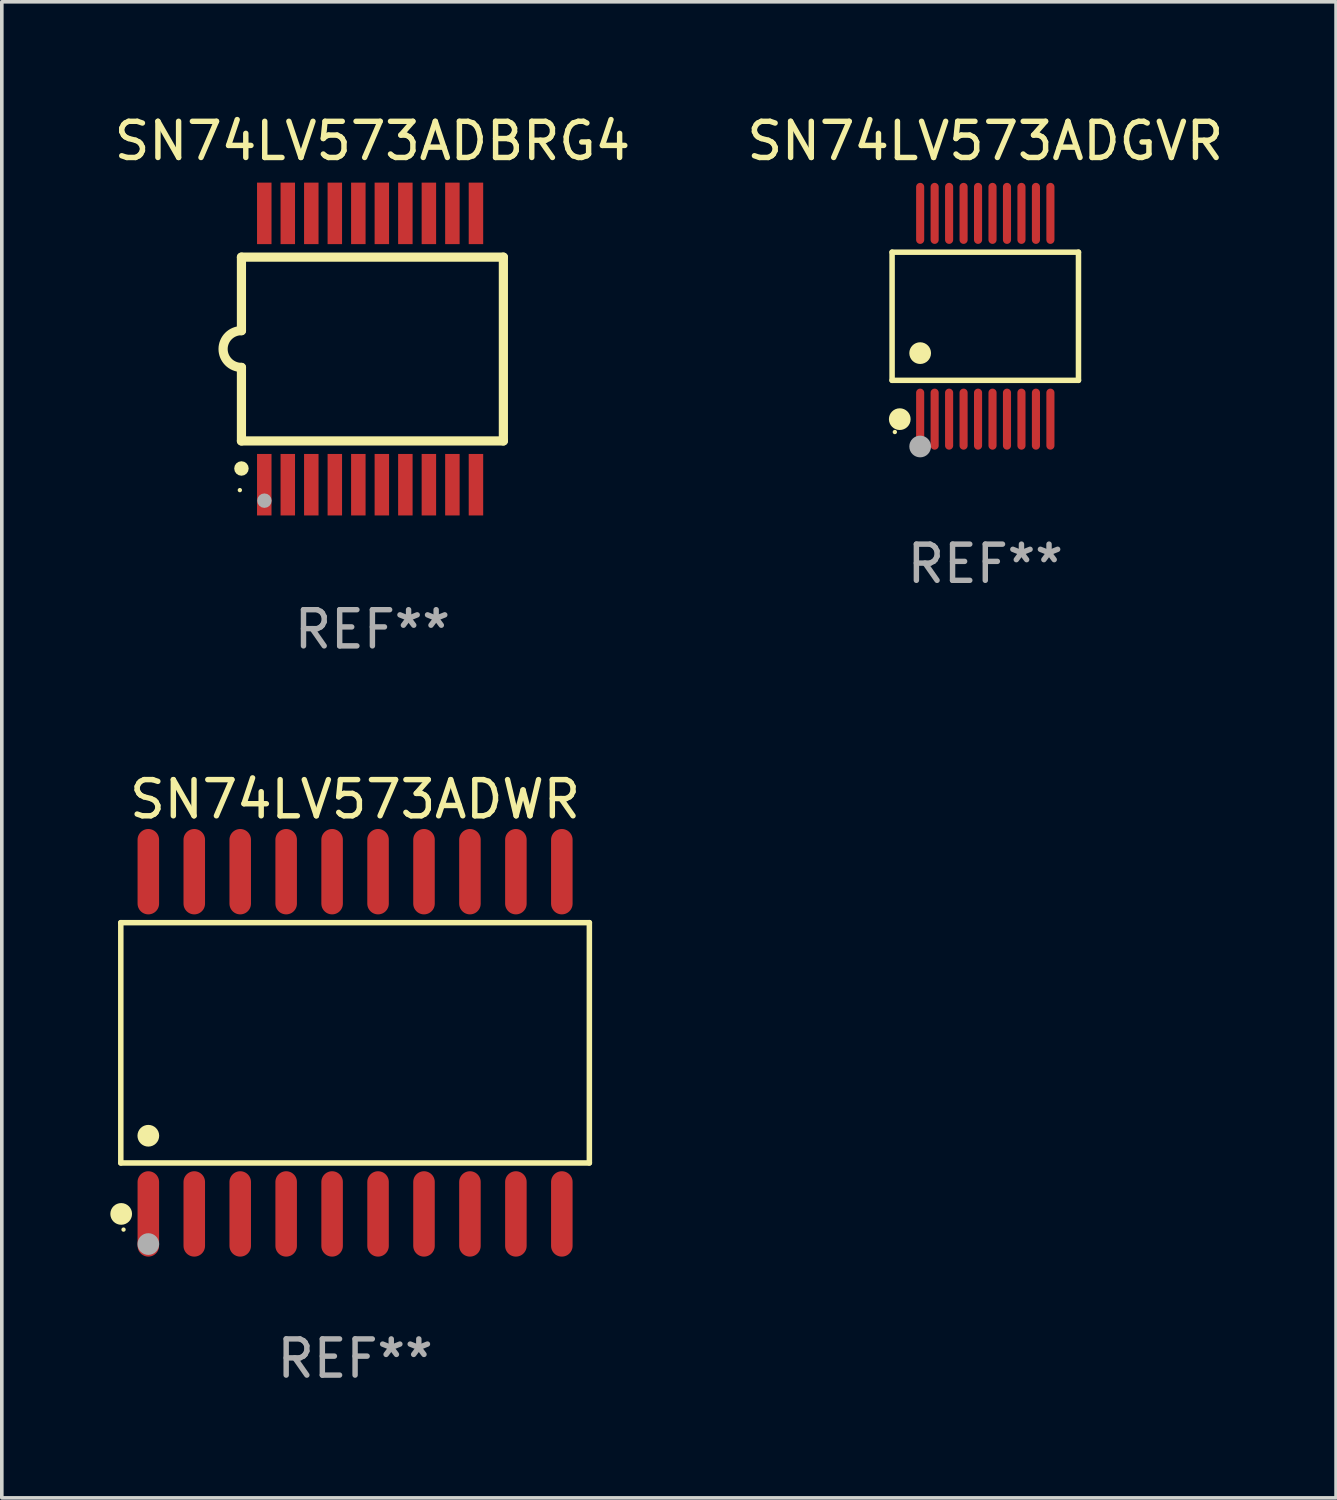
<source format=kicad_pcb>
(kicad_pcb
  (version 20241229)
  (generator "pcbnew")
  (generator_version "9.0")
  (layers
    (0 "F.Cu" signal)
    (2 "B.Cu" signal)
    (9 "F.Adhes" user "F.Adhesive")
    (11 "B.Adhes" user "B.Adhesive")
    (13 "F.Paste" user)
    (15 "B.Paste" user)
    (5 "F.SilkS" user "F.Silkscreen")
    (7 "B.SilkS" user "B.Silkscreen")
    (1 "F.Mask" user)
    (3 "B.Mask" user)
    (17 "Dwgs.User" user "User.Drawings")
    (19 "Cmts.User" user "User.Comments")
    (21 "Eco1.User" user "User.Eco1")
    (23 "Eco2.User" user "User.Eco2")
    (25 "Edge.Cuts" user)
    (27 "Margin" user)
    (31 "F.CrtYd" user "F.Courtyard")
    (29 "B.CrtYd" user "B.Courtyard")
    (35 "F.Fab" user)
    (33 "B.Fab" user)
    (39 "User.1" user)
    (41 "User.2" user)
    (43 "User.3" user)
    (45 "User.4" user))
  (footprint "SN74LV573ADBRG4"
    (layer "F.Cu")
    (at 7.244 6.598)
    (property "Reference" "SN74LV573ADBRG4" (at 0 -5.75 0) (layer "F.SilkS") (effects (font (size 1 1) (thickness 0.15))))
    (attr through_hole)
    (fp_line (start -3.62 -2.54) (end 3.62 -2.54) (stroke (width 0.254) (type solid)) (layer "F.SilkS"))
    (fp_line (start -3.62 -0.508) (end -3.62 -2.54) (stroke (width 0.254) (type solid)) (layer "F.SilkS"))
    (fp_line (start -3.62 2.54) (end -3.62 0.508) (stroke (width 0.254) (type solid)) (layer "F.SilkS"))
    (fp_line (start 3.62 -2.54) (end 3.62 2.54) (stroke (width 0.254) (type solid)) (layer "F.SilkS"))
    (fp_line (start 3.62 2.54) (end -3.62 2.54) (stroke (width 0.254) (type solid)) (layer "F.SilkS"))
    (fp_arc (start -3.619507 0.508052) (mid -4.125607 0.000051) (end -3.619507 -0.50795) (stroke (width 0.254001) (type solid)) (layer "F.SilkS"))
    (fp_circle (center -3.664 3.9) (end -3.634 3.9) (stroke (width 0.06) (type solid)) (fill no) (layer "F.SilkS"))
    (fp_circle (center -3.62 3.302) (end -3.52 3.302) (stroke (width 0.2) (type solid)) (fill no) (layer "F.SilkS"))
    (fp_circle (center -2.985 4.191) (end -2.885 4.191) (stroke (width 0.2) (type solid)) (fill no) (layer "F.Fab"))
    (fp_text user "REF**" (at 0 7.75 0) (layer "F.Fab") (effects (font (size 1 1) (thickness 0.15))))
    (pad "1" smd rect (at -2.989 3.75) (size 0.4 1.7) (layers "F.Cu" "F.Mask" "F.Paste"))
    (pad "2" smd rect (at -2.339 3.75) (size 0.4 1.7) (layers "F.Cu" "F.Mask" "F.Paste"))
    (pad "3" smd rect (at -1.689 3.75) (size 0.4 1.7) (layers "F.Cu" "F.Mask" "F.Paste"))
    (pad "4" smd rect (at -1.039 3.75) (size 0.4 1.7) (layers "F.Cu" "F.Mask" "F.Paste"))
    (pad "5" smd rect (at -0.389 3.75) (size 0.4 1.7) (layers "F.Cu" "F.Mask" "F.Paste"))
    (pad "6" smd rect (at 0.261 3.75) (size 0.4 1.7) (layers "F.Cu" "F.Mask" "F.Paste"))
    (pad "7" smd rect (at 0.911 3.75) (size 0.4 1.7) (layers "F.Cu" "F.Mask" "F.Paste"))
    (pad "8" smd rect (at 1.561 3.75) (size 0.4 1.7) (layers "F.Cu" "F.Mask" "F.Paste"))
    (pad "9" smd rect (at 2.211 3.75) (size 0.4 1.7) (layers "F.Cu" "F.Mask" "F.Paste"))
    (pad "10" smd rect (at 2.862 3.75) (size 0.4 1.7) (layers "F.Cu" "F.Mask" "F.Paste"))
    (pad "11" smd rect (at 2.862 -3.75) (size 0.4 1.7) (layers "F.Cu" "F.Mask" "F.Paste"))
    (pad "12" smd rect (at 2.211 -3.75) (size 0.4 1.7) (layers "F.Cu" "F.Mask" "F.Paste"))
    (pad "13" smd rect (at 1.561 -3.75) (size 0.4 1.7) (layers "F.Cu" "F.Mask" "F.Paste"))
    (pad "14" smd rect (at 0.911 -3.75) (size 0.4 1.7) (layers "F.Cu" "F.Mask" "F.Paste"))
    (pad "15" smd rect (at 0.261 -3.75) (size 0.4 1.7) (layers "F.Cu" "F.Mask" "F.Paste"))
    (pad "16" smd rect (at -0.389 -3.75) (size 0.4 1.7) (layers "F.Cu" "F.Mask" "F.Paste"))
    (pad "17" smd rect (at -1.039 -3.75) (size 0.4 1.7) (layers "F.Cu" "F.Mask" "F.Paste"))
    (pad "18" smd rect (at -1.689 -3.75) (size 0.4 1.7) (layers "F.Cu" "F.Mask" "F.Paste"))
    (pad "19" smd rect (at -2.339 -3.75) (size 0.4 1.7) (layers "F.Cu" "F.Mask" "F.Paste"))
    (pad "20" smd rect (at -2.989 -3.75) (size 0.4 1.7) (layers "F.Cu" "F.Mask" "F.Paste")))
  (footprint "SN74LV573ADGVR"
    (layer "F.Cu")
    (at 24.185 5.692)
    (property "Reference" "SN74LV573ADGVR" (at 0 -4.844 0) (layer "F.SilkS") (effects (font (size 1 1) (thickness 0.15))))
    (attr through_hole)
    (fp_line (start -2.576 -1.771) (end 2.576 -1.771) (stroke (width 0.152) (type solid)) (layer "F.SilkS"))
    (fp_line (start -2.576 1.771) (end -2.576 -1.771) (stroke (width 0.152) (type solid)) (layer "F.SilkS"))
    (fp_line (start 2.576 -1.771) (end 2.576 1.771) (stroke (width 0.152) (type solid)) (layer "F.SilkS"))
    (fp_line (start 2.576 1.771) (end -2.576 1.771) (stroke (width 0.152) (type solid)) (layer "F.SilkS"))
    (fp_circle (center -2.5 3.2) (end -2.47 3.2) (stroke (width 0.06) (type solid)) (fill no) (layer "F.SilkS"))
    (fp_circle (center -2.364 2.844) (end -2.214 2.844) (stroke (width 0.3) (type solid)) (fill no) (layer "F.SilkS"))
    (fp_circle (center -1.8 1.019) (end -1.65 1.019) (stroke (width 0.3) (type solid)) (fill no) (layer "F.SilkS"))
    (fp_circle (center -1.8 3.6) (end -1.65 3.6) (stroke (width 0.3) (type solid)) (fill no) (layer "F.Fab"))
    (fp_text user "REF**" (at 0 6.844 0) (layer "F.Fab") (effects (font (size 1 1) (thickness 0.15))))
    (pad "1" smd oval (at -1.8 2.844) (size 0.224 1.687) (layers "F.Cu" "F.Mask" "F.Paste"))
    (pad "2" smd oval (at -1.4 2.844) (size 0.224 1.687) (layers "F.Cu" "F.Mask" "F.Paste"))
    (pad "3" smd oval (at -1 2.844) (size 0.224 1.687) (layers "F.Cu" "F.Mask" "F.Paste"))
    (pad "4" smd oval (at -0.6 2.844) (size 0.224 1.687) (layers "F.Cu" "F.Mask" "F.Paste"))
    (pad "5" smd oval (at -0.2 2.844) (size 0.224 1.687) (layers "F.Cu" "F.Mask" "F.Paste"))
    (pad "6" smd oval (at 0.2 2.844) (size 0.224 1.687) (layers "F.Cu" "F.Mask" "F.Paste"))
    (pad "7" smd oval (at 0.6 2.844) (size 0.224 1.687) (layers "F.Cu" "F.Mask" "F.Paste"))
    (pad "8" smd oval (at 1 2.844) (size 0.224 1.687) (layers "F.Cu" "F.Mask" "F.Paste"))
    (pad "9" smd oval (at 1.4 2.844) (size 0.224 1.687) (layers "F.Cu" "F.Mask" "F.Paste"))
    (pad "10" smd oval (at 1.8 2.844) (size 0.224 1.687) (layers "F.Cu" "F.Mask" "F.Paste"))
    (pad "11" smd oval (at 1.8 -2.844) (size 0.224 1.687) (layers "F.Cu" "F.Mask" "F.Paste"))
    (pad "12" smd oval (at 1.4 -2.844) (size 0.224 1.687) (layers "F.Cu" "F.Mask" "F.Paste"))
    (pad "13" smd oval (at 1 -2.844) (size 0.224 1.687) (layers "F.Cu" "F.Mask" "F.Paste"))
    (pad "14" smd oval (at 0.6 -2.844) (size 0.224 1.687) (layers "F.Cu" "F.Mask" "F.Paste"))
    (pad "15" smd oval (at 0.2 -2.844) (size 0.224 1.687) (layers "F.Cu" "F.Mask" "F.Paste"))
    (pad "16" smd oval (at -0.2 -2.844) (size 0.224 1.687) (layers "F.Cu" "F.Mask" "F.Paste"))
    (pad "17" smd oval (at -0.6 -2.844) (size 0.224 1.687) (layers "F.Cu" "F.Mask" "F.Paste"))
    (pad "18" smd oval (at -1 -2.844) (size 0.224 1.687) (layers "F.Cu" "F.Mask" "F.Paste"))
    (pad "19" smd oval (at -1.4 -2.844) (size 0.224 1.687) (layers "F.Cu" "F.Mask" "F.Paste"))
    (pad "20" smd oval (at -1.8 -2.844) (size 0.224 1.687) (layers "F.Cu" "F.Mask" "F.Paste")))
  (footprint "SN74LV573ADWR"
    (layer "F.Cu")
    (at 6.765 25.775)
    (property "Reference" "SN74LV573ADWR" (at 0 -6.73 0) (layer "F.SilkS") (effects (font (size 1 1) (thickness 0.15))))
    (attr through_hole)
    (fp_line (start -6.476 -3.321) (end 6.476 -3.321) (stroke (width 0.152) (type solid)) (layer "F.SilkS"))
    (fp_line (start -6.476 3.321) (end -6.476 -3.321) (stroke (width 0.152) (type solid)) (layer "F.SilkS"))
    (fp_line (start 6.476 -3.321) (end 6.476 3.321) (stroke (width 0.152) (type solid)) (layer "F.SilkS"))
    (fp_line (start 6.476 3.321) (end -6.476 3.321) (stroke (width 0.152) (type solid)) (layer "F.SilkS"))
    (fp_circle (center -6.465 4.73) (end -6.315 4.73) (stroke (width 0.3) (type solid)) (fill no) (layer "F.SilkS"))
    (fp_circle (center -6.4 5.163) (end -6.37 5.163) (stroke (width 0.06) (type solid)) (fill no) (layer "F.SilkS"))
    (fp_circle (center -5.715 2.569) (end -5.565 2.569) (stroke (width 0.3) (type solid)) (fill no) (layer "F.SilkS"))
    (fp_circle (center -5.715 5.563) (end -5.565 5.563) (stroke (width 0.3) (type solid)) (fill no) (layer "F.Fab"))
    (fp_text user "REF**" (at 0 8.73 0) (layer "F.Fab") (effects (font (size 1 1) (thickness 0.15))))
    (pad "1" smd oval (at -5.715 4.73) (size 0.595 2.36) (layers "F.Cu" "F.Mask" "F.Paste"))
    (pad "2" smd oval (at -4.445 4.73) (size 0.595 2.36) (layers "F.Cu" "F.Mask" "F.Paste"))
    (pad "3" smd oval (at -3.175 4.73) (size 0.595 2.36) (layers "F.Cu" "F.Mask" "F.Paste"))
    (pad "4" smd oval (at -1.905 4.73) (size 0.595 2.36) (layers "F.Cu" "F.Mask" "F.Paste"))
    (pad "5" smd oval (at -0.635 4.73) (size 0.595 2.36) (layers "F.Cu" "F.Mask" "F.Paste"))
    (pad "6" smd oval (at 0.635 4.73) (size 0.595 2.36) (layers "F.Cu" "F.Mask" "F.Paste"))
    (pad "7" smd oval (at 1.905 4.73) (size 0.595 2.36) (layers "F.Cu" "F.Mask" "F.Paste"))
    (pad "8" smd oval (at 3.175 4.73) (size 0.595 2.36) (layers "F.Cu" "F.Mask" "F.Paste"))
    (pad "9" smd oval (at 4.445 4.73) (size 0.595 2.36) (layers "F.Cu" "F.Mask" "F.Paste"))
    (pad "10" smd oval (at 5.715 4.73) (size 0.595 2.36) (layers "F.Cu" "F.Mask" "F.Paste"))
    (pad "11" smd oval (at 5.715 -4.73) (size 0.595 2.36) (layers "F.Cu" "F.Mask" "F.Paste"))
    (pad "12" smd oval (at 4.445 -4.73) (size 0.595 2.36) (layers "F.Cu" "F.Mask" "F.Paste"))
    (pad "13" smd oval (at 3.175 -4.73) (size 0.595 2.36) (layers "F.Cu" "F.Mask" "F.Paste"))
    (pad "14" smd oval (at 1.905 -4.73) (size 0.595 2.36) (layers "F.Cu" "F.Mask" "F.Paste"))
    (pad "15" smd oval (at 0.635 -4.73) (size 0.595 2.36) (layers "F.Cu" "F.Mask" "F.Paste"))
    (pad "16" smd oval (at -0.635 -4.73) (size 0.595 2.36) (layers "F.Cu" "F.Mask" "F.Paste"))
    (pad "17" smd oval (at -1.905 -4.73) (size 0.595 2.36) (layers "F.Cu" "F.Mask" "F.Paste"))
    (pad "18" smd oval (at -3.175 -4.73) (size 0.595 2.36) (layers "F.Cu" "F.Mask" "F.Paste"))
    (pad "19" smd oval (at -4.445 -4.73) (size 0.595 2.36) (layers "F.Cu" "F.Mask" "F.Paste"))
    (pad "20" smd oval (at -5.715 -4.73) (size 0.595 2.36) (layers "F.Cu" "F.Mask" "F.Paste")))
  (gr_rect
    (start -3 -3)
    (end 33.881 38.353)
    (stroke (width 0.1) (type default))
    (fill no)
    (layer "Edge.Cuts")))
</source>
